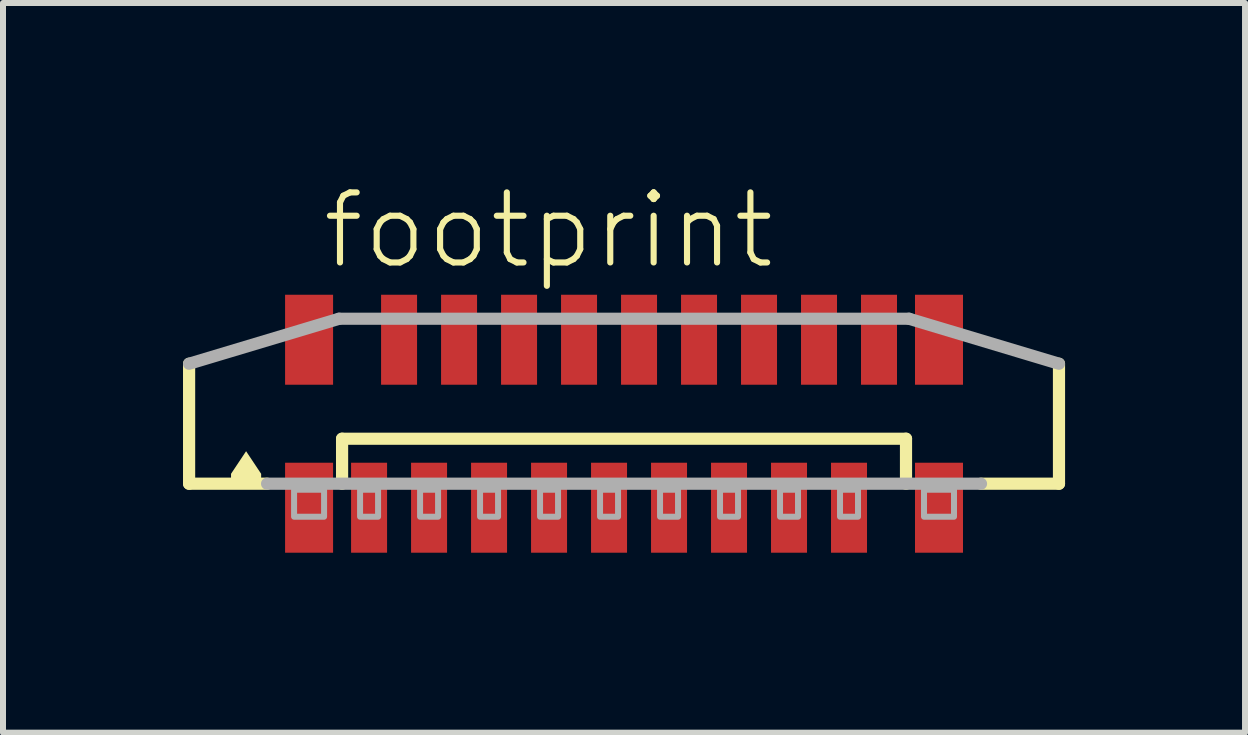
<source format=kicad_pcb>
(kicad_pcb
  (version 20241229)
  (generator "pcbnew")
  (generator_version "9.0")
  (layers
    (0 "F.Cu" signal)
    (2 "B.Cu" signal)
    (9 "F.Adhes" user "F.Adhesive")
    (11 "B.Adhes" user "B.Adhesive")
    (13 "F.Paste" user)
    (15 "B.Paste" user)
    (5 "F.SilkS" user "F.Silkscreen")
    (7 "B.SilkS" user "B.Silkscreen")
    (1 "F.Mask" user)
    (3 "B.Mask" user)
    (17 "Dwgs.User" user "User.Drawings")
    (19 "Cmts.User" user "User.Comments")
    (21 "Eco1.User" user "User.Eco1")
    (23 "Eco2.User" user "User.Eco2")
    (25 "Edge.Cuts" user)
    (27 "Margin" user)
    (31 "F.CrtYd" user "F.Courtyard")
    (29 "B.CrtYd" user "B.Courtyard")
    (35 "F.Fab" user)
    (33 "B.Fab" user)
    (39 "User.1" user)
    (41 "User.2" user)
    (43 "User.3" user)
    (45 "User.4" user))
  (footprint "footprint"
    (layer "F.Cu")
    (at 7.352 4.013)
    (property "Reference" "footprint" (at -5.08 -2.54 0) (layer "F.SilkS") (effects (font (size 1.168 1.168) (thickness 0.102)) (justify left bottom)))
    (fp_line (start -7.25 1) (end -7.25 -1) (stroke (width 0.203) (type solid)) (layer "F.SilkS"))
    (fp_line (start -5.95 1) (end -7.25 1) (stroke (width 0.203) (type solid)) (layer "F.SilkS"))
    (fp_line (start -4.7 0.25) (end 4.7 0.25) (stroke (width 0.203) (type solid)) (layer "F.SilkS"))
    (fp_line (start -4.7 1) (end -4.7 0.25) (stroke (width 0.203) (type solid)) (layer "F.SilkS"))
    (fp_line (start 4.7 0.25) (end 4.7 1) (stroke (width 0.203) (type solid)) (layer "F.SilkS"))
    (fp_line (start 7.25 -1) (end 7.25 1) (stroke (width 0.203) (type solid)) (layer "F.SilkS"))
    (fp_line (start 7.25 1) (end 5.95 1) (stroke (width 0.203) (type solid)) (layer "F.SilkS"))
    (fp_poly (pts (xy -6.049 0.835) (xy -6.049 1.001) (xy -6.551 1.001) (xy -6.551 0.835) (xy -6.3 0.458)) (stroke (width 0) (type solid)) (fill yes) (layer "F.SilkS"))
    (fp_line (start -7.25 -1) (end -4.75 -1.75) (stroke (width 0.203) (type solid)) (layer "F.Fab"))
    (fp_line (start -4.75 -1.75) (end 4.75 -1.75) (stroke (width 0.203) (type solid)) (layer "F.Fab"))
    (fp_line (start 4.75 -1.75) (end 7.25 -1) (stroke (width 0.203) (type solid)) (layer "F.Fab"))
    (fp_line (start 5.95 1) (end -5.95 1) (stroke (width 0.203) (type solid)) (layer "F.Fab"))
    (fp_poly (pts (xy -5.5 1.55) (xy -5 1.55) (xy -5 1.1) (xy -5.5 1.1)) (stroke (width 0.1) (type solid)) (fill no) (layer "F.Fab"))
    (fp_poly (pts (xy -4.4 1.55) (xy -4.1 1.55) (xy -4.1 1.1) (xy -4.4 1.1)) (stroke (width 0.1) (type solid)) (fill no) (layer "F.Fab"))
    (fp_poly (pts (xy -3.4 1.55) (xy -3.1 1.55) (xy -3.1 1.1) (xy -3.4 1.1)) (stroke (width 0.1) (type solid)) (fill no) (layer "F.Fab"))
    (fp_poly (pts (xy -2.4 1.55) (xy -2.1 1.55) (xy -2.1 1.1) (xy -2.4 1.1)) (stroke (width 0.1) (type solid)) (fill no) (layer "F.Fab"))
    (fp_poly (pts (xy -1.4 1.55) (xy -1.1 1.55) (xy -1.1 1.1) (xy -1.4 1.1)) (stroke (width 0.1) (type solid)) (fill no) (layer "F.Fab"))
    (fp_poly (pts (xy -0.4 1.55) (xy -0.1 1.55) (xy -0.1 1.1) (xy -0.4 1.1)) (stroke (width 0.1) (type solid)) (fill no) (layer "F.Fab"))
    (fp_poly (pts (xy 0.6 1.55) (xy 0.9 1.55) (xy 0.9 1.1) (xy 0.6 1.1)) (stroke (width 0.1) (type solid)) (fill no) (layer "F.Fab"))
    (fp_poly (pts (xy 1.6 1.55) (xy 1.9 1.55) (xy 1.9 1.1) (xy 1.6 1.1)) (stroke (width 0.1) (type solid)) (fill no) (layer "F.Fab"))
    (fp_poly (pts (xy 2.6 1.55) (xy 2.9 1.55) (xy 2.9 1.1) (xy 2.6 1.1)) (stroke (width 0.1) (type solid)) (fill no) (layer "F.Fab"))
    (fp_poly (pts (xy 3.6 1.55) (xy 3.9 1.55) (xy 3.9 1.1) (xy 3.6 1.1)) (stroke (width 0.1) (type solid)) (fill no) (layer "F.Fab"))
    (fp_poly (pts (xy 5 1.55) (xy 5.5 1.55) (xy 5.5 1.1) (xy 5 1.1)) (stroke (width 0.1) (type solid)) (fill no) (layer "F.Fab"))
    (pad "1" smd rect (at -4.25 1.4) (size 0.6 1.5) (layers "F.Cu" "F.Mask" "F.Paste"))
    (pad "2" smd rect (at -3.75 -1.4 180) (size 0.6 1.5) (layers "F.Cu" "F.Mask" "F.Paste"))
    (pad "3" smd rect (at -3.25 1.4) (size 0.6 1.5) (layers "F.Cu" "F.Mask" "F.Paste"))
    (pad "4" smd rect (at -2.75 -1.4 180) (size 0.6 1.5) (layers "F.Cu" "F.Mask" "F.Paste"))
    (pad "5" smd rect (at -2.25 1.4) (size 0.6 1.5) (layers "F.Cu" "F.Mask" "F.Paste"))
    (pad "6" smd rect (at -1.75 -1.4 180) (size 0.6 1.5) (layers "F.Cu" "F.Mask" "F.Paste"))
    (pad "7" smd rect (at -1.25 1.4) (size 0.6 1.5) (layers "F.Cu" "F.Mask" "F.Paste"))
    (pad "8" smd rect (at -0.75 -1.4 180) (size 0.6 1.5) (layers "F.Cu" "F.Mask" "F.Paste"))
    (pad "9" smd rect (at -0.25 1.4) (size 0.6 1.5) (layers "F.Cu" "F.Mask" "F.Paste"))
    (pad "10" smd rect (at 0.25 -1.4 180) (size 0.6 1.5) (layers "F.Cu" "F.Mask" "F.Paste"))
    (pad "11" smd rect (at 0.75 1.4) (size 0.6 1.5) (layers "F.Cu" "F.Mask" "F.Paste"))
    (pad "12" smd rect (at 1.25 -1.4 180) (size 0.6 1.5) (layers "F.Cu" "F.Mask" "F.Paste"))
    (pad "13" smd rect (at 1.75 1.4) (size 0.6 1.5) (layers "F.Cu" "F.Mask" "F.Paste"))
    (pad "14" smd rect (at 2.25 -1.4 180) (size 0.6 1.5) (layers "F.Cu" "F.Mask" "F.Paste"))
    (pad "15" smd rect (at 2.75 1.4) (size 0.6 1.5) (layers "F.Cu" "F.Mask" "F.Paste"))
    (pad "16" smd rect (at 3.25 -1.4 180) (size 0.6 1.5) (layers "F.Cu" "F.Mask" "F.Paste"))
    (pad "17" smd rect (at 3.75 1.4) (size 0.6 1.5) (layers "F.Cu" "F.Mask" "F.Paste"))
    (pad "18" smd rect (at 4.25 -1.4 180) (size 0.6 1.5) (layers "F.Cu" "F.Mask" "F.Paste"))
    (pad "M1" smd rect (at -5.25 1.4) (size 0.8 1.5) (layers "F.Cu" "F.Mask" "F.Paste"))
    (pad "M2" smd rect (at 5.25 1.4) (size 0.8 1.5) (layers "F.Cu" "F.Mask" "F.Paste"))
    (pad "M3" smd rect (at 5.25 -1.4 180) (size 0.8 1.5) (layers "F.Cu" "F.Mask" "F.Paste"))
    (pad "M4" smd rect (at -5.25 -1.4 180) (size 0.8 1.5) (layers "F.Cu" "F.Mask" "F.Paste")))
  (gr_rect
    (start -3 -3)
    (end 17.703 9.163)
    (stroke (width 0.1) (type default))
    (fill no)
    (layer "Edge.Cuts")))
</source>
